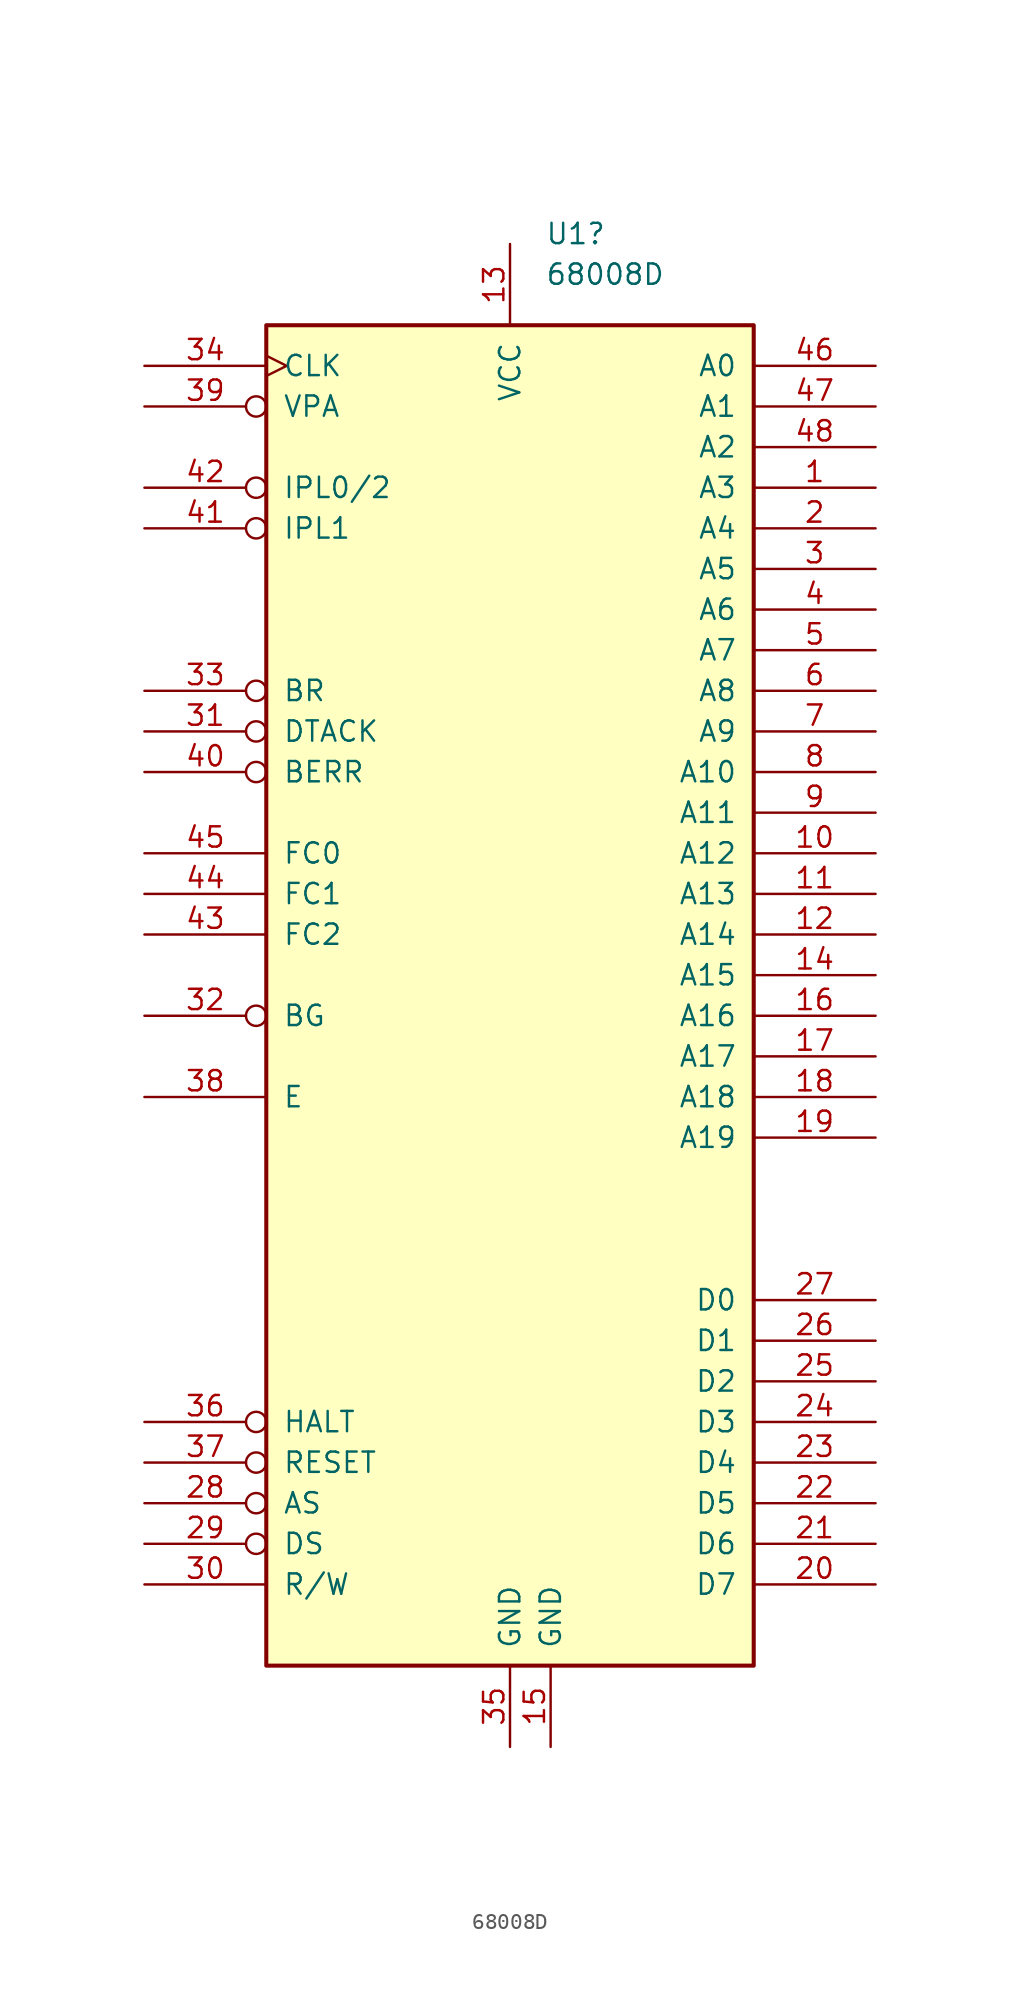
<source format=kicad_sym>
(kicad_symbol_lib
  (version 20241209)
  (generator "kicad_symbol_editor")
  (generator_version "9.0")
  (symbol "68008D"
    (pin_names
      (offset 1.016))
    (property "Reference" "U1"
      (at 2.194 46.355 0)
      (effects (font (size 1.27 1.27)) (justify left)))
    (property "Value" "68008D"
      (at 2.194 43.815 0)
      (effects (font (size 1.27 1.27)) (justify left)))
    (symbol "68008D_0_1"
      (rectangle (start -15.24 40.64) (end 15.24 -43.18) (stroke (width 0.254) (type default)) (fill (type background))))
    (symbol "68008D_1_1"
      (pin input clock (at -22.86 38.1 0) (length 7.62) (name "CLK" (effects (font (size 1.27 1.27)))) (number "34" (effects (font (size 1.27 1.27)))))
      (pin input inverted (at -22.86 35.56 0) (length 7.62) (name "VPA" (effects (font (size 1.27 1.27)))) (number "39" (effects (font (size 1.27 1.27)))))
      (pin input inverted (at -22.86 30.48 0) (length 7.62) (name "IPL0/2" (effects (font (size 1.27 1.27)))) (number "42" (effects (font (size 1.27 1.27)))))
      (pin input inverted (at -22.86 27.94 0) (length 7.62) (name "IPL1" (effects (font (size 1.27 1.27)))) (number "41" (effects (font (size 1.27 1.27)))))
      (pin input inverted (at -22.86 17.78 0) (length 7.62) (name "BR" (effects (font (size 1.27 1.27)))) (number "33" (effects (font (size 1.27 1.27)))))
      (pin input inverted (at -22.86 15.24 0) (length 7.62) (name "DTACK" (effects (font (size 1.27 1.27)))) (number "31" (effects (font (size 1.27 1.27)))))
      (pin input inverted (at -22.86 12.7 0) (length 7.62) (name "BERR" (effects (font (size 1.27 1.27)))) (number "40" (effects (font (size 1.27 1.27)))))
      (pin output line (at -22.86 7.62 0) (length 7.62) (name "FC0" (effects (font (size 1.27 1.27)))) (number "45" (effects (font (size 1.27 1.27)))))
      (pin output line (at -22.86 5.08 0) (length 7.62) (name "FC1" (effects (font (size 1.27 1.27)))) (number "44" (effects (font (size 1.27 1.27)))))
      (pin output line (at -22.86 2.54 0) (length 7.62) (name "FC2" (effects (font (size 1.27 1.27)))) (number "43" (effects (font (size 1.27 1.27)))))
      (pin output inverted (at -22.86 -2.54 0) (length 7.62) (name "BG" (effects (font (size 1.27 1.27)))) (number "32" (effects (font (size 1.27 1.27)))))
      (pin output line (at -22.86 -7.62 0) (length 7.62) (name "E" (effects (font (size 1.27 1.27)))) (number "38" (effects (font (size 1.27 1.27)))))
      (pin bidirectional inverted (at -22.86 -27.94 0) (length 7.62) (name "HALT" (effects (font (size 1.27 1.27)))) (number "36" (effects (font (size 1.27 1.27)))))
      (pin bidirectional inverted (at -22.86 -30.48 0) (length 7.62) (name "RESET" (effects (font (size 1.27 1.27)))) (number "37" (effects (font (size 1.27 1.27)))))
      (pin tri_state inverted (at -22.86 -33.02 0) (length 7.62) (name "AS" (effects (font (size 1.27 1.27)))) (number "28" (effects (font (size 1.27 1.27)))))
      (pin tri_state inverted (at -22.86 -35.56 0) (length 7.62) (name "DS" (effects (font (size 1.27 1.27)))) (number "29" (effects (font (size 1.27 1.27)))))
      (pin tri_state line (at -22.86 -38.1 0) (length 7.62) (name "R/W" (effects (font (size 1.27 1.27)))) (number "30" (effects (font (size 1.27 1.27)))))
      (pin power_in line (at 0 45.72 270) (length 5.08) (name "VCC" (effects (font (size 1.27 1.27)))) (number "13" (effects (font (size 1.27 1.27)))))
      (pin power_in line (at 0 -48.26 90) (length 5.08) (name "GND" (effects (font (size 1.27 1.27)))) (number "35" (effects (font (size 1.27 1.27)))))
      (pin power_in line (at 2.54 -48.26 90) (length 5.08) (name "GND" (effects (font (size 1.27 1.27)))) (number "15" (effects (font (size 1.27 1.27)))))
      (pin tri_state line (at 22.86 38.1 180) (length 7.62) (name "A0" (effects (font (size 1.27 1.27)))) (number "46" (effects (font (size 1.27 1.27)))))
      (pin tri_state line (at 22.86 35.56 180) (length 7.62) (name "A1" (effects (font (size 1.27 1.27)))) (number "47" (effects (font (size 1.27 1.27)))))
      (pin tri_state line (at 22.86 33.02 180) (length 7.62) (name "A2" (effects (font (size 1.27 1.27)))) (number "48" (effects (font (size 1.27 1.27)))))
      (pin tri_state line (at 22.86 30.48 180) (length 7.62) (name "A3" (effects (font (size 1.27 1.27)))) (number "1" (effects (font (size 1.27 1.27)))))
      (pin tri_state line (at 22.86 27.94 180) (length 7.62) (name "A4" (effects (font (size 1.27 1.27)))) (number "2" (effects (font (size 1.27 1.27)))))
      (pin tri_state line (at 22.86 25.4 180) (length 7.62) (name "A5" (effects (font (size 1.27 1.27)))) (number "3" (effects (font (size 1.27 1.27)))))
      (pin tri_state line (at 22.86 22.86 180) (length 7.62) (name "A6" (effects (font (size 1.27 1.27)))) (number "4" (effects (font (size 1.27 1.27)))))
      (pin tri_state line (at 22.86 20.32 180) (length 7.62) (name "A7" (effects (font (size 1.27 1.27)))) (number "5" (effects (font (size 1.27 1.27)))))
      (pin tri_state line (at 22.86 17.78 180) (length 7.62) (name "A8" (effects (font (size 1.27 1.27)))) (number "6" (effects (font (size 1.27 1.27)))))
      (pin tri_state line (at 22.86 15.24 180) (length 7.62) (name "A9" (effects (font (size 1.27 1.27)))) (number "7" (effects (font (size 1.27 1.27)))))
      (pin tri_state line (at 22.86 12.7 180) (length 7.62) (name "A10" (effects (font (size 1.27 1.27)))) (number "8" (effects (font (size 1.27 1.27)))))
      (pin tri_state line (at 22.86 10.16 180) (length 7.62) (name "A11" (effects (font (size 1.27 1.27)))) (number "9" (effects (font (size 1.27 1.27)))))
      (pin tri_state line (at 22.86 7.62 180) (length 7.62) (name "A12" (effects (font (size 1.27 1.27)))) (number "10" (effects (font (size 1.27 1.27)))))
      (pin tri_state line (at 22.86 5.08 180) (length 7.62) (name "A13" (effects (font (size 1.27 1.27)))) (number "11" (effects (font (size 1.27 1.27)))))
      (pin tri_state line (at 22.86 2.54 180) (length 7.62) (name "A14" (effects (font (size 1.27 1.27)))) (number "12" (effects (font (size 1.27 1.27)))))
      (pin tri_state line (at 22.86 0 180) (length 7.62) (name "A15" (effects (font (size 1.27 1.27)))) (number "14" (effects (font (size 1.27 1.27)))))
      (pin tri_state line (at 22.86 -2.54 180) (length 7.62) (name "A16" (effects (font (size 1.27 1.27)))) (number "16" (effects (font (size 1.27 1.27)))))
      (pin tri_state line (at 22.86 -5.08 180) (length 7.62) (name "A17" (effects (font (size 1.27 1.27)))) (number "17" (effects (font (size 1.27 1.27)))))
      (pin tri_state line (at 22.86 -7.62 180) (length 7.62) (name "A18" (effects (font (size 1.27 1.27)))) (number "18" (effects (font (size 1.27 1.27)))))
      (pin tri_state line (at 22.86 -10.16 180) (length 7.62) (name "A19" (effects (font (size 1.27 1.27)))) (number "19" (effects (font (size 1.27 1.27)))))
      (pin tri_state line (at 22.86 -20.32 180) (length 7.62) (name "D0" (effects (font (size 1.27 1.27)))) (number "27" (effects (font (size 1.27 1.27)))))
      (pin tri_state line (at 22.86 -22.86 180) (length 7.62) (name "D1" (effects (font (size 1.27 1.27)))) (number "26" (effects (font (size 1.27 1.27)))))
      (pin tri_state line (at 22.86 -25.4 180) (length 7.62) (name "D2" (effects (font (size 1.27 1.27)))) (number "25" (effects (font (size 1.27 1.27)))))
      (pin tri_state line (at 22.86 -27.94 180) (length 7.62) (name "D3" (effects (font (size 1.27 1.27)))) (number "24" (effects (font (size 1.27 1.27)))))
      (pin tri_state line (at 22.86 -30.48 180) (length 7.62) (name "D4" (effects (font (size 1.27 1.27)))) (number "23" (effects (font (size 1.27 1.27)))))
      (pin tri_state line (at 22.86 -33.02 180) (length 7.62) (name "D5" (effects (font (size 1.27 1.27)))) (number "22" (effects (font (size 1.27 1.27)))))
      (pin tri_state line (at 22.86 -35.56 180) (length 7.62) (name "D6" (effects (font (size 1.27 1.27)))) (number "21" (effects (font (size 1.27 1.27)))))
      (pin tri_state line (at 22.86 -38.1 180) (length 7.62) (name "D7" (effects (font (size 1.27 1.27)))) (number "20" (effects (font (size 1.27 1.27))))))))
</source>
